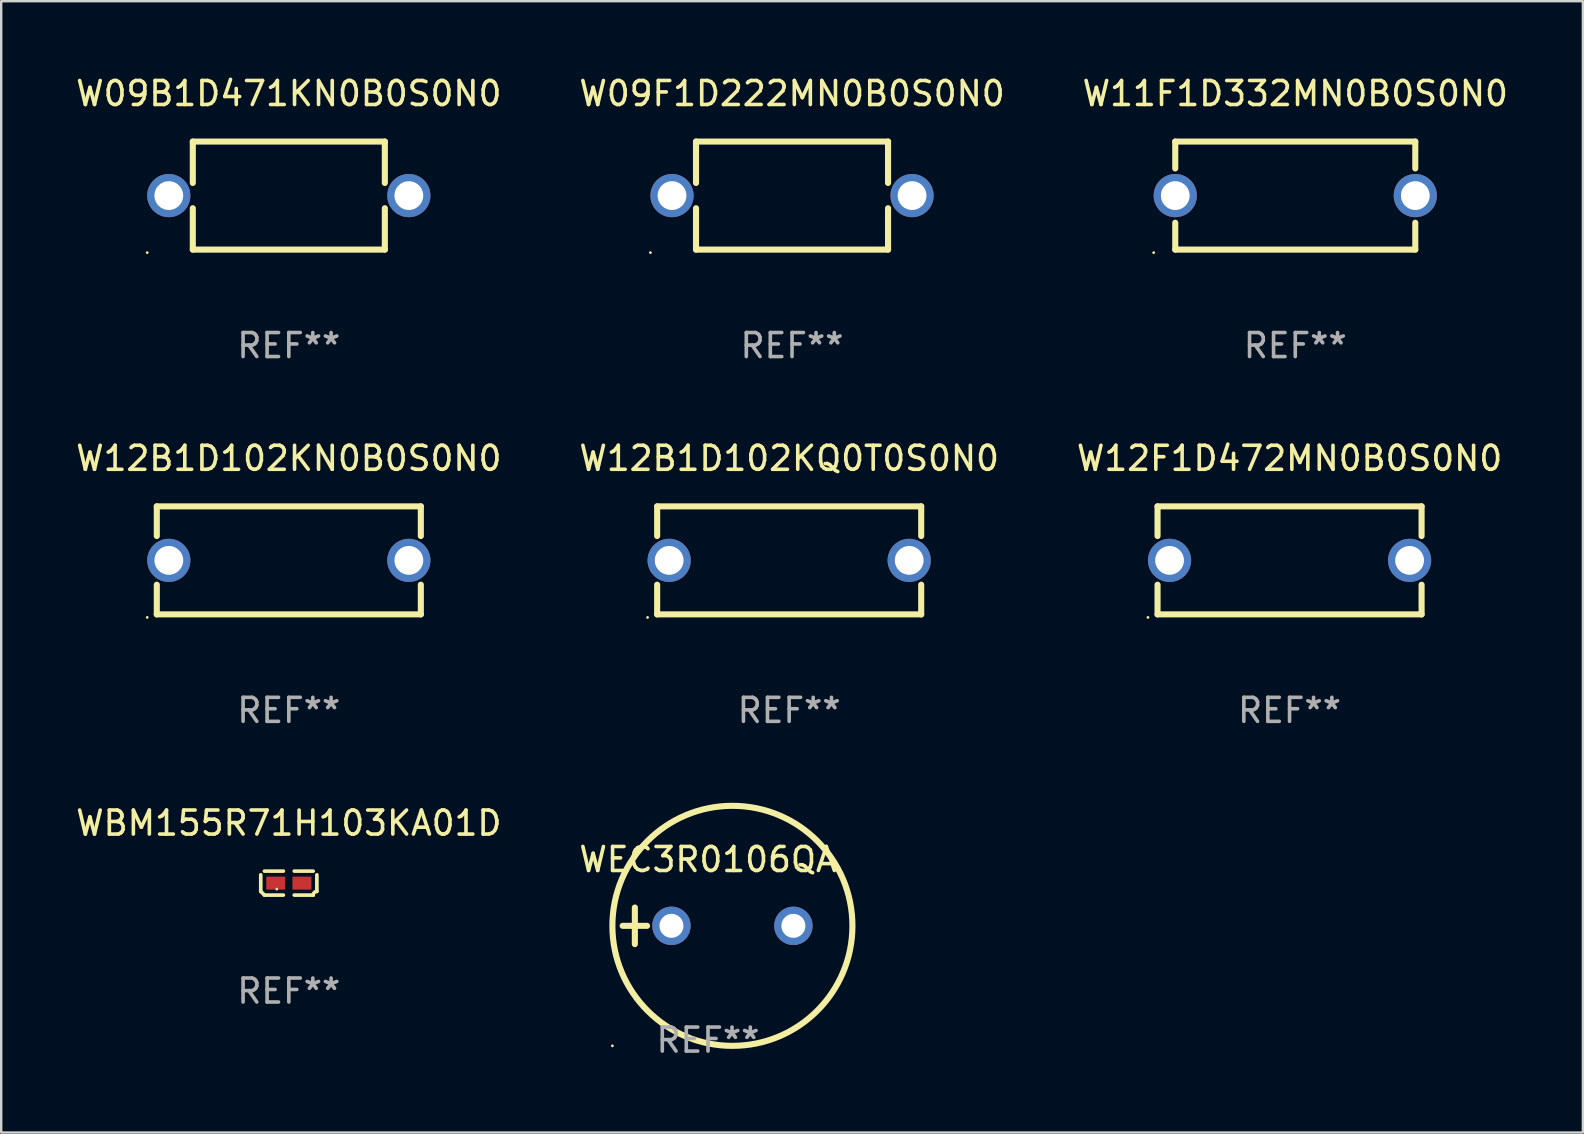
<source format=kicad_pcb>
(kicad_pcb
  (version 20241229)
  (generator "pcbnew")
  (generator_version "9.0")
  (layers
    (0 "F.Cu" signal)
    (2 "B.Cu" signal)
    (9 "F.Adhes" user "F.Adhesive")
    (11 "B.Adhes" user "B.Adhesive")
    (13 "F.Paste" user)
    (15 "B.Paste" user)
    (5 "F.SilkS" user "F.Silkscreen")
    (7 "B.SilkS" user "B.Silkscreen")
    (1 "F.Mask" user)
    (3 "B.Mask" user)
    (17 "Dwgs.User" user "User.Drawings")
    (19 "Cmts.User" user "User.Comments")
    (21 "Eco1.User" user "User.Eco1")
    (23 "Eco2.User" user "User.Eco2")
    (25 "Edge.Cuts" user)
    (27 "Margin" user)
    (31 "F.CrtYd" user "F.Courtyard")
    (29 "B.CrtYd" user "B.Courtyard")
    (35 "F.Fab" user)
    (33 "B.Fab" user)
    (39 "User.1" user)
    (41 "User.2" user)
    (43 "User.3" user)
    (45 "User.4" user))
  (footprint "W11F1D332MN0B0S0N0"
    (layer "F.Cu")
    (at 50.911 5.098)
    (property "Reference" "W11F1D332MN0B0S0N0" (at 0 -4.25 0) (layer "F.SilkS") (effects (font (size 1 1) (thickness 0.15))))
    (attr through_hole)
    (fp_line (start -5 -2.25) (end -5 -1.131) (stroke (width 0.254) (type solid)) (layer "F.SilkS"))
    (fp_line (start -5 -2.25) (end 5 -2.25) (stroke (width 0.254) (type solid)) (layer "F.SilkS"))
    (fp_line (start -5 1.131) (end -5 2.25) (stroke (width 0.254) (type solid)) (layer "F.SilkS"))
    (fp_line (start 5 -2.25) (end 5 -1.131) (stroke (width 0.254) (type solid)) (layer "F.SilkS"))
    (fp_line (start 5 1.131) (end 5 2.25) (stroke (width 0.254) (type solid)) (layer "F.SilkS"))
    (fp_line (start 5 2.25) (end -5 2.25) (stroke (width 0.254) (type solid)) (layer "F.SilkS"))
    (fp_circle (center -5.9 2.377) (end -5.87 2.377) (stroke (width 0.06) (type solid)) (fill no) (layer "F.SilkS"))
    (fp_text user "REF**" (at 0 6.25 0) (layer "F.Fab") (effects (font (size 1 1) (thickness 0.15))))
    (pad "1" thru_hole circle (at -5 0) (size 1.8 1.8) (drill 1.2) (layers "*.Cu" "*.Mask"))
    (pad "2" thru_hole circle (at 5 0) (size 1.8 1.8) (drill 1.2) (layers "*.Cu" "*.Mask")))
  (footprint "W09B1D471KN0B0S0N0"
    (layer "F.Cu")
    (at 8.982 5.098)
    (property "Reference" "W09B1D471KN0B0S0N0" (at 0 -4.25 0) (layer "F.SilkS") (effects (font (size 1 1) (thickness 0.15))))
    (attr through_hole)
    (fp_line (start -4 -2.25) (end -4 -0.526) (stroke (width 0.254) (type solid)) (layer "F.SilkS"))
    (fp_line (start -4 -2.25) (end 4 -2.25) (stroke (width 0.254) (type solid)) (layer "F.SilkS"))
    (fp_line (start -4 0.526) (end -4 2.25) (stroke (width 0.254) (type solid)) (layer "F.SilkS"))
    (fp_line (start 4 -2.25) (end 4 -0.526) (stroke (width 0.254) (type solid)) (layer "F.SilkS"))
    (fp_line (start 4 0.526) (end 4 2.25) (stroke (width 0.254) (type solid)) (layer "F.SilkS"))
    (fp_line (start 4 2.25) (end -4 2.25) (stroke (width 0.254) (type solid)) (layer "F.SilkS"))
    (fp_circle (center -5.9 2.377) (end -5.87 2.377) (stroke (width 0.06) (type solid)) (fill no) (layer "F.SilkS"))
    (fp_text user "REF**" (at 0 6.25 0) (layer "F.Fab") (effects (font (size 1 1) (thickness 0.15))))
    (pad "1" thru_hole circle (at -5 0) (size 1.8 1.8) (drill 1.2) (layers "*.Cu" "*.Mask"))
    (pad "2" thru_hole circle (at 5 0) (size 1.8 1.8) (drill 1.2) (layers "*.Cu" "*.Mask")))
  (footprint "W12F1D472MN0B0S0N0"
    (layer "F.Cu")
    (at 50.673 20.295)
    (property "Reference" "W12F1D472MN0B0S0N0" (at 0 -4.25 0) (layer "F.SilkS") (effects (font (size 1 1) (thickness 0.15))))
    (attr through_hole)
    (fp_line (start -5.5 -2.25) (end -5.5 -1.014) (stroke (width 0.254) (type solid)) (layer "F.SilkS"))
    (fp_line (start -5.5 -2.25) (end 5.5 -2.25) (stroke (width 0.254) (type solid)) (layer "F.SilkS"))
    (fp_line (start -5.5 1.014) (end -5.5 2.25) (stroke (width 0.254) (type solid)) (layer "F.SilkS"))
    (fp_line (start 5.5 -2.25) (end 5.5 -1.014) (stroke (width 0.254) (type solid)) (layer "F.SilkS"))
    (fp_line (start 5.5 1.014) (end 5.5 2.25) (stroke (width 0.254) (type solid)) (layer "F.SilkS"))
    (fp_line (start 5.5 2.25) (end -5.5 2.25) (stroke (width 0.254) (type solid)) (layer "F.SilkS"))
    (fp_circle (center -5.9 2.377) (end -5.87 2.377) (stroke (width 0.06) (type solid)) (fill no) (layer "F.SilkS"))
    (fp_text user "REF**" (at 0 6.25 0) (layer "F.Fab") (effects (font (size 1 1) (thickness 0.15))))
    (pad "1" thru_hole circle (at -5 0) (size 1.8 1.8) (drill 1.2) (layers "*.Cu" "*.Mask"))
    (pad "2" thru_hole circle (at 5 0) (size 1.8 1.8) (drill 1.2) (layers "*.Cu" "*.Mask")))
  (footprint "WEC3R0106QA"
    (layer "F.Cu")
    (at 26.446 35.52)
    (property "Reference" "WEC3R0106QA" (at 0 -2.762 0) (layer "F.SilkS") (effects (font (size 1 1) (thickness 0.15))))
    (attr through_hole)
    (fp_line (start -3.556 0) (end -2.54 0) (stroke (width 0.254) (type solid)) (layer "F.SilkS"))
    (fp_line (start -3.048 -0.762) (end -3.048 0.762) (stroke (width 0.254) (type solid)) (layer "F.SilkS"))
    (fp_circle (center -3.984 5) (end -3.954 5) (stroke (width 0.06) (type solid)) (fill no) (layer "F.SilkS"))
    (fp_circle (center 1.016 0) (end 6.016 0) (stroke (width 0.254) (type solid)) (fill no) (layer "F.SilkS"))
    (fp_text user "REF**" (at 0 4.762 0) (layer "F.Fab") (effects (font (size 1 1) (thickness 0.15))))
    (pad "1" thru_hole circle (at -1.524 0) (size 1.6 1.6) (drill 1) (layers "*.Cu" "*.Mask"))
    (pad "2" thru_hole circle (at 3.556 0) (size 1.6 1.6) (drill 1) (layers "*.Cu" "*.Mask")))
  (footprint "W12B1D102KQ0T0S0N0"
    (layer "F.Cu")
    (at 29.827 20.295)
    (property "Reference" "W12B1D102KQ0T0S0N0" (at 0 -4.25 0) (layer "F.SilkS") (effects (font (size 1 1) (thickness 0.15))))
    (attr through_hole)
    (fp_line (start -5.5 -2.25) (end -5.5 -1.014) (stroke (width 0.254) (type solid)) (layer "F.SilkS"))
    (fp_line (start -5.5 -2.25) (end 5.5 -2.25) (stroke (width 0.254) (type solid)) (layer "F.SilkS"))
    (fp_line (start -5.5 1.014) (end -5.5 2.25) (stroke (width 0.254) (type solid)) (layer "F.SilkS"))
    (fp_line (start 5.5 -2.25) (end 5.5 -1.014) (stroke (width 0.254) (type solid)) (layer "F.SilkS"))
    (fp_line (start 5.5 1.014) (end 5.5 2.25) (stroke (width 0.254) (type solid)) (layer "F.SilkS"))
    (fp_line (start 5.5 2.25) (end -5.5 2.25) (stroke (width 0.254) (type solid)) (layer "F.SilkS"))
    (fp_circle (center -5.9 2.377) (end -5.87 2.377) (stroke (width 0.06) (type solid)) (fill no) (layer "F.SilkS"))
    (fp_text user "REF**" (at 0 6.25 0) (layer "F.Fab") (effects (font (size 1 1) (thickness 0.15))))
    (pad "1" thru_hole circle (at -5 0) (size 1.8 1.8) (drill 1.2) (layers "*.Cu" "*.Mask"))
    (pad "2" thru_hole circle (at 5 0) (size 1.8 1.8) (drill 1.2) (layers "*.Cu" "*.Mask")))
  (footprint "W12B1D102KN0B0S0N0"
    (layer "F.Cu")
    (at 8.982 20.295)
    (property "Reference" "W12B1D102KN0B0S0N0" (at 0 -4.25 0) (layer "F.SilkS") (effects (font (size 1 1) (thickness 0.15))))
    (attr through_hole)
    (fp_line (start -5.5 -2.25) (end -5.5 -1.014) (stroke (width 0.254) (type solid)) (layer "F.SilkS"))
    (fp_line (start -5.5 -2.25) (end 5.5 -2.25) (stroke (width 0.254) (type solid)) (layer "F.SilkS"))
    (fp_line (start -5.5 1.014) (end -5.5 2.25) (stroke (width 0.254) (type solid)) (layer "F.SilkS"))
    (fp_line (start 5.5 -2.25) (end 5.5 -1.014) (stroke (width 0.254) (type solid)) (layer "F.SilkS"))
    (fp_line (start 5.5 1.014) (end 5.5 2.25) (stroke (width 0.254) (type solid)) (layer "F.SilkS"))
    (fp_line (start 5.5 2.25) (end -5.5 2.25) (stroke (width 0.254) (type solid)) (layer "F.SilkS"))
    (fp_circle (center -5.9 2.377) (end -5.87 2.377) (stroke (width 0.06) (type solid)) (fill no) (layer "F.SilkS"))
    (fp_text user "REF**" (at 0 6.25 0) (layer "F.Fab") (effects (font (size 1 1) (thickness 0.15))))
    (pad "1" thru_hole circle (at -5 0) (size 1.8 1.8) (drill 1.2) (layers "*.Cu" "*.Mask"))
    (pad "2" thru_hole circle (at 5 0) (size 1.8 1.8) (drill 1.2) (layers "*.Cu" "*.Mask")))
  (footprint "WBM155R71H103KA01D"
    (layer "F.Cu")
    (at 8.982 33.74)
    (property "Reference" "WBM155R71H103KA01D" (at 0 -2.499 0) (layer "F.SilkS") (effects (font (size 1 1) (thickness 0.15))))
    (attr through_hole)
    (fp_line (start -1.169 0.346) (end -1.169 -0.346) (stroke (width 0.152) (type solid)) (layer "F.SilkS"))
    (fp_line (start -1.016 -0.499) (end -0.226 -0.499) (stroke (width 0.152) (type solid)) (layer "F.SilkS"))
    (fp_line (start -0.226 0.499) (end -1.016 0.499) (stroke (width 0.152) (type solid)) (layer "F.SilkS"))
    (fp_line (start 0.226 0.499) (end 1.016 0.499) (stroke (width 0.152) (type solid)) (layer "F.SilkS"))
    (fp_line (start 1.016 -0.499) (end 0.226 -0.499) (stroke (width 0.152) (type solid)) (layer "F.SilkS"))
    (fp_line (start 1.169 0.346) (end 1.169 -0.346) (stroke (width 0.152) (type solid)) (layer "F.SilkS"))
    (fp_arc (start -1.016307 0.498603) (mid -1.092512 0.422405) (end -1.16871 0.3462) (stroke (width 0.1524) (type solid)) (layer "F.SilkS"))
    (fp_arc (start 1.016307 0.498603) (mid 1.060899 0.390758) (end 1.168707 0.346076) (stroke (width 0.1524) (type solid)) (layer "F.SilkS"))
    (fp_circle (center -0.5 0.25) (end -0.47 0.25) (stroke (width 0.06) (type solid)) (fill no) (layer "F.SilkS"))
    (fp_text user "REF**" (at 0 4.499 0) (layer "F.Fab") (effects (font (size 1 1) (thickness 0.15))))
    (pad "1" smd rect (at -0.545 0) (size 0.79 0.54) (layers "F.Cu" "F.Mask" "F.Paste"))
    (pad "2" smd rect (at 0.545 0) (size 0.79 0.54) (layers "F.Cu" "F.Mask" "F.Paste")))
  (footprint "W09F1D222MN0B0S0N0"
    (layer "F.Cu")
    (at 29.946 5.098)
    (property "Reference" "W09F1D222MN0B0S0N0" (at 0 -4.25 0) (layer "F.SilkS") (effects (font (size 1 1) (thickness 0.15))))
    (attr through_hole)
    (fp_line (start -4 -2.25) (end -4 -0.526) (stroke (width 0.254) (type solid)) (layer "F.SilkS"))
    (fp_line (start -4 -2.25) (end 4 -2.25) (stroke (width 0.254) (type solid)) (layer "F.SilkS"))
    (fp_line (start -4 0.526) (end -4 2.25) (stroke (width 0.254) (type solid)) (layer "F.SilkS"))
    (fp_line (start 4 -2.25) (end 4 -0.526) (stroke (width 0.254) (type solid)) (layer "F.SilkS"))
    (fp_line (start 4 0.526) (end 4 2.25) (stroke (width 0.254) (type solid)) (layer "F.SilkS"))
    (fp_line (start 4 2.25) (end -4 2.25) (stroke (width 0.254) (type solid)) (layer "F.SilkS"))
    (fp_circle (center -5.9 2.377) (end -5.87 2.377) (stroke (width 0.06) (type solid)) (fill no) (layer "F.SilkS"))
    (fp_text user "REF**" (at 0 6.25 0) (layer "F.Fab") (effects (font (size 1 1) (thickness 0.15))))
    (pad "1" thru_hole circle (at -5 0) (size 1.8 1.8) (drill 1.2) (layers "*.Cu" "*.Mask"))
    (pad "2" thru_hole circle (at 5 0) (size 1.8 1.8) (drill 1.2) (layers "*.Cu" "*.Mask")))
  (gr_rect
    (start -3 -3)
    (end 62.893 44.13)
    (stroke (width 0.1) (type default))
    (fill no)
    (layer "Edge.Cuts")))
</source>
